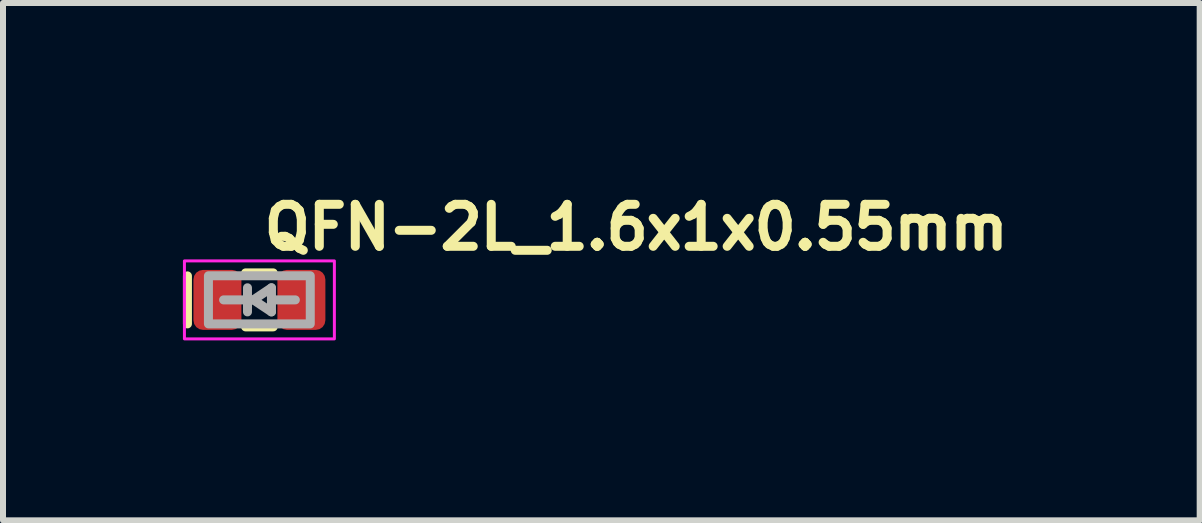
<source format=kicad_pcb>
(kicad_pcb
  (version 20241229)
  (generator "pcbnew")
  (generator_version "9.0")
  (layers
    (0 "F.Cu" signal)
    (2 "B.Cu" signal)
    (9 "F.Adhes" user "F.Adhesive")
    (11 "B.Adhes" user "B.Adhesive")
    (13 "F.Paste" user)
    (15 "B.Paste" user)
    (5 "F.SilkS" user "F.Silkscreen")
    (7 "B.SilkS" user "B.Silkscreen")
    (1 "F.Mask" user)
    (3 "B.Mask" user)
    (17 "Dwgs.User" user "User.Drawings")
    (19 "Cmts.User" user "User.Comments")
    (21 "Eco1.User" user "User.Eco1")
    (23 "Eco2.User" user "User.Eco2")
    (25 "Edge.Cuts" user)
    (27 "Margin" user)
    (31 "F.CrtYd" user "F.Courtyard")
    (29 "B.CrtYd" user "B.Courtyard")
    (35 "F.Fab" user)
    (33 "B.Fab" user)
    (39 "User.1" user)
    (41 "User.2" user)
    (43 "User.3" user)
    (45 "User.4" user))
  (footprint "QFN-2L_1.6x1x0.55mm"
    (layer "F.Cu")
    (at 1.275 1.95)
    (property "Reference" "QFN-2L_1.6x1x0.55mm" (at 0 -0.8 0) (layer "F.SilkS") (effects (font (size 0.7 0.7) (thickness 0.15)) (justify left bottom)))
    (attr smd)
    (fp_line (start -1.2 -0.4) (end -1.2 0.4) (stroke (width 0.15) (type solid)) (layer "F.SilkS"))
    (fp_line (start 0.23 -0.45) (end -0.23 -0.45) (stroke (width 0.15) (type solid)) (layer "F.SilkS"))
    (fp_line (start 0.23 0.45) (end -0.23 0.45) (stroke (width 0.15) (type solid)) (layer "F.SilkS"))
    (fp_rect (start 1.25 0.65) (end -1.25 -0.65) (stroke (width 0.05) (type solid)) (fill no) (layer "F.CrtYd"))
    (fp_line (start -0.199 -0.202) (end -0.199 0.1) (stroke (width 0.15) (type solid)) (layer "F.Fab"))
    (fp_line (start -0.199 0) (end -0.597 0) (stroke (width 0.15) (type solid)) (layer "F.Fab"))
    (fp_line (start -0.199 0.2) (end -0.199 0.1) (stroke (width 0.15) (type solid)) (layer "F.Fab"))
    (fp_line (start -0.101 0) (end 0.201 0.2) (stroke (width 0.15) (type solid)) (layer "F.Fab"))
    (fp_line (start 0.201 -0.202) (end -0.101 0) (stroke (width 0.15) (type solid)) (layer "F.Fab"))
    (fp_line (start 0.201 0) (end 0.201 -0.202) (stroke (width 0.15) (type solid)) (layer "F.Fab"))
    (fp_line (start 0.201 0.2) (end 0.201 0) (stroke (width 0.15) (type solid)) (layer "F.Fab"))
    (fp_line (start 0.599 0) (end 0.201 0) (stroke (width 0.15) (type solid)) (layer "F.Fab"))
    (fp_rect (start 0.848 0.4) (end -0.85 -0.402) (stroke (width 0.15) (type solid)) (fill no) (layer "F.Fab"))
    (fp_rect (start -0.81 -0.4) (end 0.81 0.4) (stroke (width 0.1) (type solid)) (fill no) (layer "User.5"))
    (fp_line (start -0.812 -0.342) (end -0.812 -0.15) (stroke (width 0.02) (type solid)) (layer "User.9"))
    (fp_line (start -0.812 -0.15) (end -0.801 -0.151) (stroke (width 0.02) (type solid)) (layer "User.9"))
    (fp_line (start -0.812 0.148) (end -0.812 0.34) (stroke (width 0.02) (type solid)) (layer "User.9"))
    (fp_line (start -0.812 0.34) (end -0.58 0.34) (stroke (width 0.02) (type solid)) (layer "User.9"))
    (fp_line (start -0.806 0.148) (end -0.812 0.148) (stroke (width 0.02) (type solid)) (layer "User.9"))
    (fp_line (start -0.802 -0.402) (end -0.802 -0.342) (stroke (width 0.02) (type solid)) (layer "User.9"))
    (fp_line (start -0.802 0.34) (end -0.802 0.4) (stroke (width 0.02) (type solid)) (layer "User.9"))
    (fp_line (start -0.802 0.4) (end 0.8 0.4) (stroke (width 0.02) (type solid)) (layer "User.9"))
    (fp_line (start -0.801 -0.151) (end -0.791 -0.15) (stroke (width 0.02) (type solid)) (layer "User.9"))
    (fp_line (start -0.801 0.149) (end -0.806 0.148) (stroke (width 0.02) (type solid)) (layer "User.9"))
    (fp_line (start -0.796 0.148) (end -0.801 0.149) (stroke (width 0.02) (type solid)) (layer "User.9"))
    (fp_line (start -0.791 -0.15) (end -0.78 -0.149) (stroke (width 0.02) (type solid)) (layer "User.9"))
    (fp_line (start -0.791 0.148) (end -0.796 0.148) (stroke (width 0.02) (type solid)) (layer "User.9"))
    (fp_line (start -0.786 0.148) (end -0.791 0.148) (stroke (width 0.02) (type solid)) (layer "User.9"))
    (fp_line (start -0.782 -0.392) (end -0.782 -0.342) (stroke (width 0.02) (type solid)) (layer "User.9"))
    (fp_line (start -0.782 0.34) (end -0.782 0.39) (stroke (width 0.02) (type solid)) (layer "User.9"))
    (fp_line (start -0.782 0.39) (end -0.5 0.39) (stroke (width 0.02) (type solid)) (layer "User.9"))
    (fp_line (start -0.78 -0.149) (end -0.77 -0.147) (stroke (width 0.02) (type solid)) (layer "User.9"))
    (fp_line (start -0.78 0.147) (end -0.786 0.148) (stroke (width 0.02) (type solid)) (layer "User.9"))
    (fp_line (start -0.775 0.146) (end -0.78 0.147) (stroke (width 0.02) (type solid)) (layer "User.9"))
    (fp_line (start -0.77 -0.147) (end -0.76 -0.145) (stroke (width 0.02) (type solid)) (layer "User.9"))
    (fp_line (start -0.77 0.145) (end -0.775 0.146) (stroke (width 0.02) (type solid)) (layer "User.9"))
    (fp_line (start -0.764 0.144) (end -0.77 0.145) (stroke (width 0.02) (type solid)) (layer "User.9"))
    (fp_line (start -0.76 -0.145) (end -0.75 -0.143) (stroke (width 0.02) (type solid)) (layer "User.9"))
    (fp_line (start -0.76 0.144) (end -0.764 0.144) (stroke (width 0.02) (type solid)) (layer "User.9"))
    (fp_line (start -0.755 0.142) (end -0.76 0.144) (stroke (width 0.02) (type solid)) (layer "User.9"))
    (fp_line (start -0.75 -0.143) (end -0.74 -0.139) (stroke (width 0.02) (type solid)) (layer "User.9"))
    (fp_line (start -0.75 0.141) (end -0.755 0.142) (stroke (width 0.02) (type solid)) (layer "User.9"))
    (fp_line (start -0.745 0.139) (end -0.75 0.141) (stroke (width 0.02) (type solid)) (layer "User.9"))
    (fp_line (start -0.74 -0.139) (end -0.731 -0.135) (stroke (width 0.02) (type solid)) (layer "User.9"))
    (fp_line (start -0.74 0.137) (end -0.745 0.139) (stroke (width 0.02) (type solid)) (layer "User.9"))
    (fp_line (start -0.736 0.135) (end -0.74 0.137) (stroke (width 0.02) (type solid)) (layer "User.9"))
    (fp_line (start -0.731 -0.135) (end -0.723 -0.13) (stroke (width 0.02) (type solid)) (layer "User.9"))
    (fp_line (start -0.731 0.133) (end -0.736 0.135) (stroke (width 0.02) (type solid)) (layer "User.9"))
    (fp_line (start -0.727 0.13) (end -0.731 0.133) (stroke (width 0.02) (type solid)) (layer "User.9"))
    (fp_line (start -0.723 -0.13) (end -0.714 -0.123) (stroke (width 0.02) (type solid)) (layer "User.9"))
    (fp_line (start -0.723 0.128) (end -0.727 0.13) (stroke (width 0.02) (type solid)) (layer "User.9"))
    (fp_line (start -0.718 0.124) (end -0.723 0.128) (stroke (width 0.02) (type solid)) (layer "User.9"))
    (fp_line (start -0.714 -0.123) (end -0.706 -0.118) (stroke (width 0.02) (type solid)) (layer "User.9"))
    (fp_line (start -0.714 0.121) (end -0.718 0.124) (stroke (width 0.02) (type solid)) (layer "User.9"))
    (fp_line (start -0.71 0.119) (end -0.714 0.121) (stroke (width 0.02) (type solid)) (layer "User.9"))
    (fp_line (start -0.706 -0.118) (end -0.699 -0.11) (stroke (width 0.02) (type solid)) (layer "User.9"))
    (fp_line (start -0.706 0.116) (end -0.71 0.119) (stroke (width 0.02) (type solid)) (layer "User.9"))
    (fp_line (start -0.703 0.113) (end -0.706 0.116) (stroke (width 0.02) (type solid)) (layer "User.9"))
    (fp_line (start -0.699 -0.11) (end -0.692 -0.104) (stroke (width 0.02) (type solid)) (layer "User.9"))
    (fp_line (start -0.699 0.108) (end -0.703 0.113) (stroke (width 0.02) (type solid)) (layer "User.9"))
    (fp_line (start -0.696 0.105) (end -0.699 0.108) (stroke (width 0.02) (type solid)) (layer "User.9"))
    (fp_line (start -0.692 -0.104) (end -0.685 -0.095) (stroke (width 0.02) (type solid)) (layer "User.9"))
    (fp_line (start -0.692 0.102) (end -0.696 0.105) (stroke (width 0.02) (type solid)) (layer "User.9"))
    (fp_line (start -0.689 0.098) (end -0.692 0.102) (stroke (width 0.02) (type solid)) (layer "User.9"))
    (fp_line (start -0.685 -0.095) (end -0.679 -0.088) (stroke (width 0.02) (type solid)) (layer "User.9"))
    (fp_line (start -0.685 0.093) (end -0.689 0.098) (stroke (width 0.02) (type solid)) (layer "User.9"))
    (fp_line (start -0.682 0.089) (end -0.685 0.093) (stroke (width 0.02) (type solid)) (layer "User.9"))
    (fp_line (start -0.679 -0.088) (end -0.673 -0.078) (stroke (width 0.02) (type solid)) (layer "User.9"))
    (fp_line (start -0.679 0.086) (end -0.682 0.089) (stroke (width 0.02) (type solid)) (layer "User.9"))
    (fp_line (start -0.676 0.082) (end -0.679 0.086) (stroke (width 0.02) (type solid)) (layer "User.9"))
    (fp_line (start -0.673 -0.078) (end -0.673 -0.078) (stroke (width 0.02) (type solid)) (layer "User.9"))
    (fp_line (start -0.673 -0.078) (end -0.668 -0.07) (stroke (width 0.02) (type solid)) (layer "User.9"))
    (fp_line (start -0.673 0.076) (end -0.676 0.082) (stroke (width 0.02) (type solid)) (layer "User.9"))
    (fp_line (start -0.673 0.076) (end -0.673 0.076) (stroke (width 0.02) (type solid)) (layer "User.9"))
    (fp_line (start -0.668 -0.07) (end -0.664 -0.06) (stroke (width 0.02) (type solid)) (layer "User.9"))
    (fp_line (start -0.668 0.068) (end -0.673 0.076) (stroke (width 0.02) (type solid)) (layer "User.9"))
    (fp_line (start -0.664 -0.06) (end -0.66 -0.051) (stroke (width 0.02) (type solid)) (layer "User.9"))
    (fp_line (start -0.664 0.059) (end -0.668 0.068) (stroke (width 0.02) (type solid)) (layer "User.9"))
    (fp_line (start -0.66 -0.051) (end -0.657 -0.042) (stroke (width 0.02) (type solid)) (layer "User.9"))
    (fp_line (start -0.66 0.049) (end -0.664 0.059) (stroke (width 0.02) (type solid)) (layer "User.9"))
    (fp_line (start -0.657 -0.042) (end -0.655 -0.031) (stroke (width 0.02) (type solid)) (layer "User.9"))
    (fp_line (start -0.657 0.04) (end -0.66 0.049) (stroke (width 0.02) (type solid)) (layer "User.9"))
    (fp_line (start -0.655 -0.031) (end -0.653 -0.022) (stroke (width 0.02) (type solid)) (layer "User.9"))
    (fp_line (start -0.655 0.029) (end -0.657 0.04) (stroke (width 0.02) (type solid)) (layer "User.9"))
    (fp_line (start -0.653 -0.022) (end -0.652 -0.011) (stroke (width 0.02) (type solid)) (layer "User.9"))
    (fp_line (start -0.653 0.02) (end -0.655 0.029) (stroke (width 0.02) (type solid)) (layer "User.9"))
    (fp_line (start -0.652 -0.011) (end -0.651 0) (stroke (width 0.02) (type solid)) (layer "User.9"))
    (fp_line (start -0.652 0.01) (end -0.653 0.02) (stroke (width 0.02) (type solid)) (layer "User.9"))
    (fp_line (start -0.651 0) (end -0.652 0.01) (stroke (width 0.02) (type solid)) (layer "User.9"))
    (fp_line (start -0.6 -0.308) (end -0.599 -0.311) (stroke (width 0.02) (type solid)) (layer "User.9"))
    (fp_line (start -0.6 -0.306) (end -0.6 -0.308) (stroke (width 0.02) (type solid)) (layer "User.9"))
    (fp_line (start -0.6 -0.303) (end -0.6 -0.306) (stroke (width 0.02) (type solid)) (layer "User.9"))
    (fp_line (start -0.6 -0.3) (end -0.6 -0.303) (stroke (width 0.02) (type solid)) (layer "User.9"))
    (fp_line (start -0.6 -0.3) (end -0.6 0.298) (stroke (width 0.02) (type solid)) (layer "User.9"))
    (fp_line (start -0.6 0.301) (end -0.6 0.298) (stroke (width 0.02) (type solid)) (layer "User.9"))
    (fp_line (start -0.6 0.304) (end -0.6 0.301) (stroke (width 0.02) (type solid)) (layer "User.9"))
    (fp_line (start -0.6 0.306) (end -0.6 0.304) (stroke (width 0.02) (type solid)) (layer "User.9"))
    (fp_line (start -0.599 -0.313) (end -0.598 -0.315) (stroke (width 0.02) (type solid)) (layer "User.9"))
    (fp_line (start -0.599 -0.311) (end -0.599 -0.313) (stroke (width 0.02) (type solid)) (layer "User.9"))
    (fp_line (start -0.599 0.309) (end -0.6 0.306) (stroke (width 0.02) (type solid)) (layer "User.9"))
    (fp_line (start -0.599 0.311) (end -0.599 0.309) (stroke (width 0.02) (type solid)) (layer "User.9"))
    (fp_line (start -0.598 -0.315) (end -0.597 -0.318) (stroke (width 0.02) (type solid)) (layer "User.9"))
    (fp_line (start -0.598 0.313) (end -0.599 0.311) (stroke (width 0.02) (type solid)) (layer "User.9"))
    (fp_line (start -0.597 -0.32) (end -0.596 -0.323) (stroke (width 0.02) (type solid)) (layer "User.9"))
    (fp_line (start -0.597 -0.318) (end -0.597 -0.32) (stroke (width 0.02) (type solid)) (layer "User.9"))
    (fp_line (start -0.597 0.316) (end -0.598 0.313) (stroke (width 0.02) (type solid)) (layer "User.9"))
    (fp_line (start -0.597 0.318) (end -0.597 0.316) (stroke (width 0.02) (type solid)) (layer "User.9"))
    (fp_line (start -0.596 -0.323) (end -0.594 -0.325) (stroke (width 0.02) (type solid)) (layer "User.9"))
    (fp_line (start -0.596 0.321) (end -0.597 0.318) (stroke (width 0.02) (type solid)) (layer "User.9"))
    (fp_line (start -0.594 -0.325) (end -0.593 -0.327) (stroke (width 0.02) (type solid)) (layer "User.9"))
    (fp_line (start -0.594 0.323) (end -0.596 0.321) (stroke (width 0.02) (type solid)) (layer "User.9"))
    (fp_line (start -0.593 -0.327) (end -0.592 -0.329) (stroke (width 0.02) (type solid)) (layer "User.9"))
    (fp_line (start -0.593 0.325) (end -0.594 0.323) (stroke (width 0.02) (type solid)) (layer "User.9"))
    (fp_line (start -0.592 -0.329) (end -0.591 -0.331) (stroke (width 0.02) (type solid)) (layer "User.9"))
    (fp_line (start -0.592 0.327) (end -0.593 0.325) (stroke (width 0.02) (type solid)) (layer "User.9"))
    (fp_line (start -0.591 -0.331) (end -0.589 -0.333) (stroke (width 0.02) (type solid)) (layer "User.9"))
    (fp_line (start -0.591 0.329) (end -0.592 0.327) (stroke (width 0.02) (type solid)) (layer "User.9"))
    (fp_line (start -0.589 -0.333) (end -0.588 -0.335) (stroke (width 0.02) (type solid)) (layer "User.9"))
    (fp_line (start -0.589 0.331) (end -0.591 0.329) (stroke (width 0.02) (type solid)) (layer "User.9"))
    (fp_line (start -0.588 -0.335) (end -0.586 -0.337) (stroke (width 0.02) (type solid)) (layer "User.9"))
    (fp_line (start -0.588 0.333) (end -0.589 0.331) (stroke (width 0.02) (type solid)) (layer "User.9"))
    (fp_line (start -0.586 -0.337) (end -0.584 -0.339) (stroke (width 0.02) (type solid)) (layer "User.9"))
    (fp_line (start -0.586 0.335) (end -0.588 0.333) (stroke (width 0.02) (type solid)) (layer "User.9"))
    (fp_line (start -0.584 -0.339) (end -0.582 -0.34) (stroke (width 0.02) (type solid)) (layer "User.9"))
    (fp_line (start -0.584 0.337) (end -0.586 0.335) (stroke (width 0.02) (type solid)) (layer "User.9"))
    (fp_line (start -0.582 -0.34) (end -0.58 -0.342) (stroke (width 0.02) (type solid)) (layer "User.9"))
    (fp_line (start -0.582 0.338) (end -0.584 0.337) (stroke (width 0.02) (type solid)) (layer "User.9"))
    (fp_line (start -0.58 -0.342) (end -0.812 -0.342) (stroke (width 0.02) (type solid)) (layer "User.9"))
    (fp_line (start -0.58 -0.342) (end -0.578 -0.343) (stroke (width 0.02) (type solid)) (layer "User.9"))
    (fp_line (start -0.58 0.34) (end -0.582 0.338) (stroke (width 0.02) (type solid)) (layer "User.9"))
    (fp_line (start -0.578 -0.343) (end -0.577 -0.344) (stroke (width 0.02) (type solid)) (layer "User.9"))
    (fp_line (start -0.578 0.341) (end -0.58 0.34) (stroke (width 0.02) (type solid)) (layer "User.9"))
    (fp_line (start -0.577 -0.344) (end -0.575 -0.345) (stroke (width 0.02) (type solid)) (layer "User.9"))
    (fp_line (start -0.577 0.342) (end -0.578 0.341) (stroke (width 0.02) (type solid)) (layer "User.9"))
    (fp_line (start -0.575 -0.345) (end -0.573 -0.347) (stroke (width 0.02) (type solid)) (layer "User.9"))
    (fp_line (start -0.575 0.343) (end -0.577 0.342) (stroke (width 0.02) (type solid)) (layer "User.9"))
    (fp_line (start -0.573 -0.347) (end -0.571 -0.348) (stroke (width 0.02) (type solid)) (layer "User.9"))
    (fp_line (start -0.573 0.345) (end -0.575 0.343) (stroke (width 0.02) (type solid)) (layer "User.9"))
    (fp_line (start -0.571 -0.348) (end -0.569 -0.348) (stroke (width 0.02) (type solid)) (layer "User.9"))
    (fp_line (start -0.571 0.346) (end -0.573 0.345) (stroke (width 0.02) (type solid)) (layer "User.9"))
    (fp_line (start -0.569 -0.348) (end -0.566 -0.349) (stroke (width 0.02) (type solid)) (layer "User.9"))
    (fp_line (start -0.569 0.346) (end -0.571 0.346) (stroke (width 0.02) (type solid)) (layer "User.9"))
    (fp_line (start -0.566 -0.349) (end -0.564 -0.35) (stroke (width 0.02) (type solid)) (layer "User.9"))
    (fp_line (start -0.566 0.347) (end -0.569 0.346) (stroke (width 0.02) (type solid)) (layer "User.9"))
    (fp_line (start -0.564 -0.35) (end -0.562 -0.35) (stroke (width 0.02) (type solid)) (layer "User.9"))
    (fp_line (start -0.564 0.348) (end -0.566 0.347) (stroke (width 0.02) (type solid)) (layer "User.9"))
    (fp_line (start -0.562 -0.35) (end -0.559 -0.351) (stroke (width 0.02) (type solid)) (layer "User.9"))
    (fp_line (start -0.562 0.348) (end -0.564 0.348) (stroke (width 0.02) (type solid)) (layer "User.9"))
    (fp_line (start -0.559 -0.351) (end -0.557 -0.351) (stroke (width 0.02) (type solid)) (layer "User.9"))
    (fp_line (start -0.559 0.349) (end -0.562 0.348) (stroke (width 0.02) (type solid)) (layer "User.9"))
    (fp_line (start -0.557 -0.351) (end -0.554 -0.351) (stroke (width 0.02) (type solid)) (layer "User.9"))
    (fp_line (start -0.557 0.349) (end -0.559 0.349) (stroke (width 0.02) (type solid)) (layer "User.9"))
    (fp_line (start -0.554 -0.351) (end -0.552 -0.351) (stroke (width 0.02) (type solid)) (layer "User.9"))
    (fp_line (start -0.554 0.349) (end -0.557 0.349) (stroke (width 0.02) (type solid)) (layer "User.9"))
    (fp_line (start -0.552 0.349) (end -0.554 0.349) (stroke (width 0.02) (type solid)) (layer "User.9"))
    (fp_line (start -0.552 0.349) (end 0.55 0.349) (stroke (width 0.02) (type solid)) (layer "User.9"))
    (fp_line (start -0.5 -0.392) (end -0.782 -0.392) (stroke (width 0.02) (type solid)) (layer "User.9"))
    (fp_line (start -0.5 -0.351) (end -0.5 -0.392) (stroke (width 0.02) (type solid)) (layer "User.9"))
    (fp_line (start -0.5 0.39) (end -0.5 0.349) (stroke (width 0.02) (type solid)) (layer "User.9"))
    (fp_line (start 0.55 -0.351) (end -0.552 -0.351) (stroke (width 0.02) (type solid)) (layer "User.9"))
    (fp_line (start 0.55 -0.351) (end 0.552 -0.351) (stroke (width 0.02) (type solid)) (layer "User.9"))
    (fp_line (start 0.552 -0.351) (end 0.555 -0.351) (stroke (width 0.02) (type solid)) (layer "User.9"))
    (fp_line (start 0.552 0.349) (end 0.55 0.349) (stroke (width 0.02) (type solid)) (layer "User.9"))
    (fp_line (start 0.555 -0.351) (end 0.557 -0.351) (stroke (width 0.02) (type solid)) (layer "User.9"))
    (fp_line (start 0.555 0.349) (end 0.552 0.349) (stroke (width 0.02) (type solid)) (layer "User.9"))
    (fp_line (start 0.557 -0.351) (end 0.56 -0.35) (stroke (width 0.02) (type solid)) (layer "User.9"))
    (fp_line (start 0.557 0.349) (end 0.555 0.349) (stroke (width 0.02) (type solid)) (layer "User.9"))
    (fp_line (start 0.56 -0.35) (end 0.562 -0.35) (stroke (width 0.02) (type solid)) (layer "User.9"))
    (fp_line (start 0.56 0.348) (end 0.557 0.349) (stroke (width 0.02) (type solid)) (layer "User.9"))
    (fp_line (start 0.562 -0.35) (end 0.564 -0.349) (stroke (width 0.02) (type solid)) (layer "User.9"))
    (fp_line (start 0.562 0.348) (end 0.56 0.348) (stroke (width 0.02) (type solid)) (layer "User.9"))
    (fp_line (start 0.564 -0.349) (end 0.567 -0.348) (stroke (width 0.02) (type solid)) (layer "User.9"))
    (fp_line (start 0.564 0.347) (end 0.562 0.348) (stroke (width 0.02) (type solid)) (layer "User.9"))
    (fp_line (start 0.567 -0.348) (end 0.569 -0.348) (stroke (width 0.02) (type solid)) (layer "User.9"))
    (fp_line (start 0.567 0.346) (end 0.564 0.347) (stroke (width 0.02) (type solid)) (layer "User.9"))
    (fp_line (start 0.569 -0.348) (end 0.571 -0.347) (stroke (width 0.02) (type solid)) (layer "User.9"))
    (fp_line (start 0.569 0.346) (end 0.567 0.346) (stroke (width 0.02) (type solid)) (layer "User.9"))
    (fp_line (start 0.571 -0.347) (end 0.573 -0.345) (stroke (width 0.02) (type solid)) (layer "User.9"))
    (fp_line (start 0.571 0.345) (end 0.569 0.346) (stroke (width 0.02) (type solid)) (layer "User.9"))
    (fp_line (start 0.573 -0.345) (end 0.575 -0.344) (stroke (width 0.02) (type solid)) (layer "User.9"))
    (fp_line (start 0.573 0.343) (end 0.571 0.345) (stroke (width 0.02) (type solid)) (layer "User.9"))
    (fp_line (start 0.575 -0.344) (end 0.576 -0.343) (stroke (width 0.02) (type solid)) (layer "User.9"))
    (fp_line (start 0.575 0.342) (end 0.573 0.343) (stroke (width 0.02) (type solid)) (layer "User.9"))
    (fp_line (start 0.576 -0.343) (end 0.578 -0.342) (stroke (width 0.02) (type solid)) (layer "User.9"))
    (fp_line (start 0.576 0.341) (end 0.575 0.342) (stroke (width 0.02) (type solid)) (layer "User.9"))
    (fp_line (start 0.578 -0.342) (end 0.58 -0.34) (stroke (width 0.02) (type solid)) (layer "User.9"))
    (fp_line (start 0.578 0.34) (end 0.576 0.341) (stroke (width 0.02) (type solid)) (layer "User.9"))
    (fp_line (start 0.578 0.34) (end 0.81 0.34) (stroke (width 0.02) (type solid)) (layer "User.9"))
    (fp_line (start 0.58 -0.34) (end 0.582 -0.339) (stroke (width 0.02) (type solid)) (layer "User.9"))
    (fp_line (start 0.58 0.338) (end 0.578 0.34) (stroke (width 0.02) (type solid)) (layer "User.9"))
    (fp_line (start 0.582 -0.339) (end 0.584 -0.337) (stroke (width 0.02) (type solid)) (layer "User.9"))
    (fp_line (start 0.582 0.337) (end 0.58 0.338) (stroke (width 0.02) (type solid)) (layer "User.9"))
    (fp_line (start 0.584 -0.337) (end 0.586 -0.335) (stroke (width 0.02) (type solid)) (layer "User.9"))
    (fp_line (start 0.584 0.335) (end 0.582 0.337) (stroke (width 0.02) (type solid)) (layer "User.9"))
    (fp_line (start 0.586 -0.335) (end 0.587 -0.333) (stroke (width 0.02) (type solid)) (layer "User.9"))
    (fp_line (start 0.586 0.333) (end 0.584 0.335) (stroke (width 0.02) (type solid)) (layer "User.9"))
    (fp_line (start 0.587 -0.333) (end 0.589 -0.331) (stroke (width 0.02) (type solid)) (layer "User.9"))
    (fp_line (start 0.587 0.331) (end 0.586 0.333) (stroke (width 0.02) (type solid)) (layer "User.9"))
    (fp_line (start 0.589 -0.331) (end 0.59 -0.329) (stroke (width 0.02) (type solid)) (layer "User.9"))
    (fp_line (start 0.589 0.329) (end 0.587 0.331) (stroke (width 0.02) (type solid)) (layer "User.9"))
    (fp_line (start 0.59 -0.329) (end 0.591 -0.327) (stroke (width 0.02) (type solid)) (layer "User.9"))
    (fp_line (start 0.59 0.327) (end 0.589 0.329) (stroke (width 0.02) (type solid)) (layer "User.9"))
    (fp_line (start 0.591 -0.327) (end 0.592 -0.325) (stroke (width 0.02) (type solid)) (layer "User.9"))
    (fp_line (start 0.591 0.325) (end 0.59 0.327) (stroke (width 0.02) (type solid)) (layer "User.9"))
    (fp_line (start 0.592 -0.325) (end 0.594 -0.323) (stroke (width 0.02) (type solid)) (layer "User.9"))
    (fp_line (start 0.592 0.323) (end 0.591 0.325) (stroke (width 0.02) (type solid)) (layer "User.9"))
    (fp_line (start 0.594 -0.323) (end 0.595 -0.32) (stroke (width 0.02) (type solid)) (layer "User.9"))
    (fp_line (start 0.594 0.321) (end 0.592 0.323) (stroke (width 0.02) (type solid)) (layer "User.9"))
    (fp_line (start 0.595 -0.32) (end 0.595 -0.318) (stroke (width 0.02) (type solid)) (layer "User.9"))
    (fp_line (start 0.595 -0.318) (end 0.596 -0.315) (stroke (width 0.02) (type solid)) (layer "User.9"))
    (fp_line (start 0.595 0.316) (end 0.595 0.318) (stroke (width 0.02) (type solid)) (layer "User.9"))
    (fp_line (start 0.595 0.318) (end 0.594 0.321) (stroke (width 0.02) (type solid)) (layer "User.9"))
    (fp_line (start 0.596 -0.315) (end 0.597 -0.313) (stroke (width 0.02) (type solid)) (layer "User.9"))
    (fp_line (start 0.596 0.313) (end 0.595 0.316) (stroke (width 0.02) (type solid)) (layer "User.9"))
    (fp_line (start 0.597 -0.313) (end 0.597 -0.311) (stroke (width 0.02) (type solid)) (layer "User.9"))
    (fp_line (start 0.597 -0.311) (end 0.598 -0.308) (stroke (width 0.02) (type solid)) (layer "User.9"))
    (fp_line (start 0.597 0.309) (end 0.597 0.311) (stroke (width 0.02) (type solid)) (layer "User.9"))
    (fp_line (start 0.597 0.311) (end 0.596 0.313) (stroke (width 0.02) (type solid)) (layer "User.9"))
    (fp_line (start 0.598 -0.308) (end 0.598 -0.306) (stroke (width 0.02) (type solid)) (layer "User.9"))
    (fp_line (start 0.598 -0.306) (end 0.598 -0.303) (stroke (width 0.02) (type solid)) (layer "User.9"))
    (fp_line (start 0.598 -0.303) (end 0.598 -0.3) (stroke (width 0.02) (type solid)) (layer "User.9"))
    (fp_line (start 0.598 0.298) (end 0.598 -0.3) (stroke (width 0.02) (type solid)) (layer "User.9"))
    (fp_line (start 0.598 0.298) (end 0.598 0.301) (stroke (width 0.02) (type solid)) (layer "User.9"))
    (fp_line (start 0.598 0.301) (end 0.598 0.304) (stroke (width 0.02) (type solid)) (layer "User.9"))
    (fp_line (start 0.598 0.304) (end 0.598 0.306) (stroke (width 0.02) (type solid)) (layer "User.9"))
    (fp_line (start 0.598 0.306) (end 0.597 0.309) (stroke (width 0.02) (type solid)) (layer "User.9"))
    (fp_line (start 0.65 -0.016) (end 0.651 -0.024) (stroke (width 0.02) (type solid)) (layer "User.9"))
    (fp_line (start 0.65 -0.008) (end 0.65 -0.016) (stroke (width 0.02) (type solid)) (layer "User.9"))
    (fp_line (start 0.65 0) (end 0.65 -0.008) (stroke (width 0.02) (type solid)) (layer "User.9"))
    (fp_line (start 0.65 0.007) (end 0.65 0) (stroke (width 0.02) (type solid)) (layer "User.9"))
    (fp_line (start 0.65 0.014) (end 0.65 0.007) (stroke (width 0.02) (type solid)) (layer "User.9"))
    (fp_line (start 0.651 -0.024) (end 0.653 -0.031) (stroke (width 0.02) (type solid)) (layer "User.9"))
    (fp_line (start 0.651 0.022) (end 0.65 0.014) (stroke (width 0.02) (type solid)) (layer "User.9"))
    (fp_line (start 0.653 -0.031) (end 0.654 -0.039) (stroke (width 0.02) (type solid)) (layer "User.9"))
    (fp_line (start 0.653 0.029) (end 0.651 0.022) (stroke (width 0.02) (type solid)) (layer "User.9"))
    (fp_line (start 0.654 -0.039) (end 0.657 -0.046) (stroke (width 0.02) (type solid)) (layer "User.9"))
    (fp_line (start 0.654 0.037) (end 0.653 0.029) (stroke (width 0.02) (type solid)) (layer "User.9"))
    (fp_line (start 0.657 -0.046) (end 0.659 -0.053) (stroke (width 0.02) (type solid)) (layer "User.9"))
    (fp_line (start 0.657 0.044) (end 0.654 0.037) (stroke (width 0.02) (type solid)) (layer "User.9"))
    (fp_line (start 0.659 -0.053) (end 0.662 -0.06) (stroke (width 0.02) (type solid)) (layer "User.9"))
    (fp_line (start 0.659 0.052) (end 0.657 0.044) (stroke (width 0.02) (type solid)) (layer "User.9"))
    (fp_line (start 0.662 -0.06) (end 0.665 -0.068) (stroke (width 0.02) (type solid)) (layer "User.9"))
    (fp_line (start 0.662 0.059) (end 0.659 0.052) (stroke (width 0.02) (type solid)) (layer "User.9"))
    (fp_line (start 0.665 -0.068) (end 0.669 -0.074) (stroke (width 0.02) (type solid)) (layer "User.9"))
    (fp_line (start 0.665 0.066) (end 0.662 0.059) (stroke (width 0.02) (type solid)) (layer "User.9"))
    (fp_line (start 0.669 -0.074) (end 0.673 -0.08) (stroke (width 0.02) (type solid)) (layer "User.9"))
    (fp_line (start 0.669 0.072) (end 0.665 0.066) (stroke (width 0.02) (type solid)) (layer "User.9"))
    (fp_line (start 0.673 -0.08) (end 0.677 -0.088) (stroke (width 0.02) (type solid)) (layer "User.9"))
    (fp_line (start 0.673 0.078) (end 0.669 0.072) (stroke (width 0.02) (type solid)) (layer "User.9"))
    (fp_line (start 0.677 -0.088) (end 0.681 -0.093) (stroke (width 0.02) (type solid)) (layer "User.9"))
    (fp_line (start 0.677 0.086) (end 0.673 0.078) (stroke (width 0.02) (type solid)) (layer "User.9"))
    (fp_line (start 0.681 -0.093) (end 0.686 -0.1) (stroke (width 0.02) (type solid)) (layer "User.9"))
    (fp_line (start 0.681 0.091) (end 0.677 0.086) (stroke (width 0.02) (type solid)) (layer "User.9"))
    (fp_line (start 0.686 -0.1) (end 0.691 -0.105) (stroke (width 0.02) (type solid)) (layer "User.9"))
    (fp_line (start 0.686 0.098) (end 0.681 0.091) (stroke (width 0.02) (type solid)) (layer "User.9"))
    (fp_line (start 0.691 -0.105) (end 0.697 -0.11) (stroke (width 0.02) (type solid)) (layer "User.9"))
    (fp_line (start 0.691 0.104) (end 0.686 0.098) (stroke (width 0.02) (type solid)) (layer "User.9"))
    (fp_line (start 0.697 -0.11) (end 0.697 -0.11) (stroke (width 0.02) (type solid)) (layer "User.9"))
    (fp_line (start 0.697 -0.11) (end 0.703 -0.116) (stroke (width 0.02) (type solid)) (layer "User.9"))
    (fp_line (start 0.697 0.108) (end 0.691 0.104) (stroke (width 0.02) (type solid)) (layer "User.9"))
    (fp_line (start 0.697 0.108) (end 0.697 0.108) (stroke (width 0.02) (type solid)) (layer "User.9"))
    (fp_line (start 0.703 -0.116) (end 0.708 -0.12) (stroke (width 0.02) (type solid)) (layer "User.9"))
    (fp_line (start 0.703 0.114) (end 0.697 0.108) (stroke (width 0.02) (type solid)) (layer "User.9"))
    (fp_line (start 0.708 -0.12) (end 0.714 -0.125) (stroke (width 0.02) (type solid)) (layer "User.9"))
    (fp_line (start 0.708 0.119) (end 0.703 0.114) (stroke (width 0.02) (type solid)) (layer "User.9"))
    (fp_line (start 0.714 -0.125) (end 0.721 -0.13) (stroke (width 0.02) (type solid)) (layer "User.9"))
    (fp_line (start 0.714 0.123) (end 0.708 0.119) (stroke (width 0.02) (type solid)) (layer "User.9"))
    (fp_line (start 0.721 -0.13) (end 0.727 -0.133) (stroke (width 0.02) (type solid)) (layer "User.9"))
    (fp_line (start 0.721 0.128) (end 0.714 0.123) (stroke (width 0.02) (type solid)) (layer "User.9"))
    (fp_line (start 0.727 -0.133) (end 0.734 -0.137) (stroke (width 0.02) (type solid)) (layer "User.9"))
    (fp_line (start 0.727 0.131) (end 0.721 0.128) (stroke (width 0.02) (type solid)) (layer "User.9"))
    (fp_line (start 0.734 -0.137) (end 0.741 -0.14) (stroke (width 0.02) (type solid)) (layer "User.9"))
    (fp_line (start 0.734 0.135) (end 0.727 0.131) (stroke (width 0.02) (type solid)) (layer "User.9"))
    (fp_line (start 0.741 -0.14) (end 0.748 -0.143) (stroke (width 0.02) (type solid)) (layer "User.9"))
    (fp_line (start 0.741 0.138) (end 0.734 0.135) (stroke (width 0.02) (type solid)) (layer "User.9"))
    (fp_line (start 0.748 -0.143) (end 0.755 -0.145) (stroke (width 0.02) (type solid)) (layer "User.9"))
    (fp_line (start 0.748 0.141) (end 0.741 0.138) (stroke (width 0.02) (type solid)) (layer "User.9"))
    (fp_line (start 0.755 -0.145) (end 0.763 -0.146) (stroke (width 0.02) (type solid)) (layer "User.9"))
    (fp_line (start 0.755 0.143) (end 0.748 0.141) (stroke (width 0.02) (type solid)) (layer "User.9"))
    (fp_line (start 0.763 -0.146) (end 0.771 -0.148) (stroke (width 0.02) (type solid)) (layer "User.9"))
    (fp_line (start 0.763 0.144) (end 0.755 0.143) (stroke (width 0.02) (type solid)) (layer "User.9"))
    (fp_line (start 0.771 -0.148) (end 0.779 -0.149) (stroke (width 0.02) (type solid)) (layer "User.9"))
    (fp_line (start 0.771 0.146) (end 0.763 0.144) (stroke (width 0.02) (type solid)) (layer "User.9"))
    (fp_line (start 0.779 -0.149) (end 0.786 -0.15) (stroke (width 0.02) (type solid)) (layer "User.9"))
    (fp_line (start 0.779 0.147) (end 0.771 0.146) (stroke (width 0.02) (type solid)) (layer "User.9"))
    (fp_line (start 0.786 -0.15) (end 0.794 -0.15) (stroke (width 0.02) (type solid)) (layer "User.9"))
    (fp_line (start 0.786 0.148) (end 0.779 0.147) (stroke (width 0.02) (type solid)) (layer "User.9"))
    (fp_line (start 0.794 -0.15) (end 0.802 -0.15) (stroke (width 0.02) (type solid)) (layer "User.9"))
    (fp_line (start 0.794 0.148) (end 0.786 0.148) (stroke (width 0.02) (type solid)) (layer "User.9"))
    (fp_line (start 0.8 -0.402) (end -0.802 -0.402) (stroke (width 0.02) (type solid)) (layer "User.9"))
    (fp_line (start 0.8 -0.342) (end 0.8 -0.402) (stroke (width 0.02) (type solid)) (layer "User.9"))
    (fp_line (start 0.8 0.4) (end 0.8 0.34) (stroke (width 0.02) (type solid)) (layer "User.9"))
    (fp_line (start 0.802 -0.15) (end 0.81 -0.15) (stroke (width 0.02) (type solid)) (layer "User.9"))
    (fp_line (start 0.802 0.148) (end 0.794 0.148) (stroke (width 0.02) (type solid)) (layer "User.9"))
    (fp_line (start 0.81 -0.342) (end 0.578 -0.342) (stroke (width 0.02) (type solid)) (layer "User.9"))
    (fp_line (start 0.81 -0.15) (end 0.81 -0.342) (stroke (width 0.02) (type solid)) (layer "User.9"))
    (fp_line (start 0.81 0.148) (end 0.802 0.148) (stroke (width 0.02) (type solid)) (layer "User.9"))
    (fp_line (start 0.81 0.34) (end 0.81 0.148) (stroke (width 0.02) (type solid)) (layer "User.9"))
    (pad "1" smd roundrect (at -0.7 0 180) (size 0.8 1) (layers "F.Cu" "F.Mask" "F.Paste") (roundrect_rratio 0.2))
    (pad "2" smd roundrect (at 0.7 0 180) (size 0.8 1) (layers "F.Cu" "F.Mask" "F.Paste") (roundrect_rratio 0.2)))
  (gr_rect
    (start -3 -3)
    (end 16.952 5.625)
    (stroke (width 0.1) (type default))
    (fill no)
    (layer "Edge.Cuts")))
</source>
